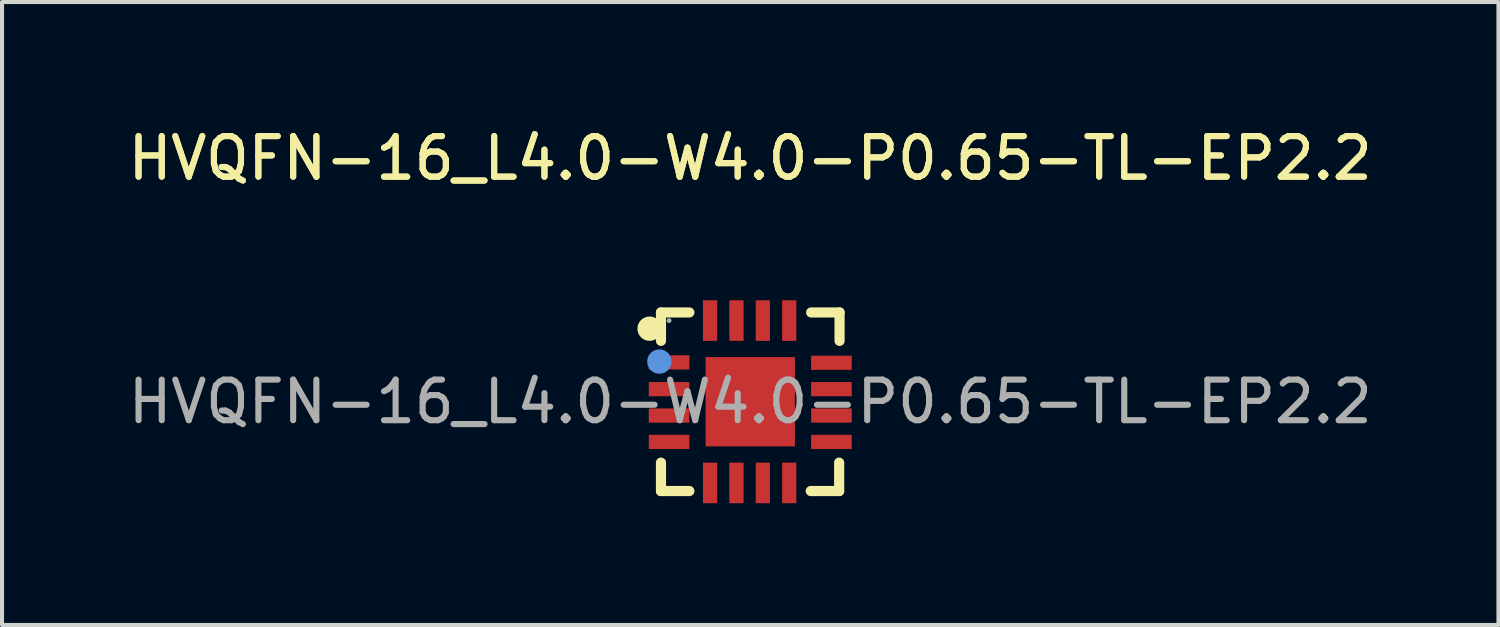
<source format=kicad_pcb>
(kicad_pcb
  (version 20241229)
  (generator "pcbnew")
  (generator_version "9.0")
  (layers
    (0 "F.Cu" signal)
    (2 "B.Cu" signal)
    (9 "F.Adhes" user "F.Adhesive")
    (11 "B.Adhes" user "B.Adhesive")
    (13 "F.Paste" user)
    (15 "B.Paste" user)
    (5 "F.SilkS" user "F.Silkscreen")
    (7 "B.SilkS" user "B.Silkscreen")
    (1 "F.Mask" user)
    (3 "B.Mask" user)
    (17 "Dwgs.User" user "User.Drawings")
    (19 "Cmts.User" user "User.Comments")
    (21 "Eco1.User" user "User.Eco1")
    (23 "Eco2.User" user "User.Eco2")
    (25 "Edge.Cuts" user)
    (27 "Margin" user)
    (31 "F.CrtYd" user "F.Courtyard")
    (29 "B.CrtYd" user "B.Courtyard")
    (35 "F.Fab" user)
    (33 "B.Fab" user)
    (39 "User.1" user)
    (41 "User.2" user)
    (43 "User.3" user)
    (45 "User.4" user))
  (footprint "HVQFN-16_L4.0-W4.0-P0.65-TL-EP2.2"
    (layer "F.Cu")
    (at 15.435 6.848)
    (property "Reference" "HVQFN-16_L4.0-W4.0-P0.65-TL-EP2.2" (at 0 -6 0) (layer "F.SilkS") (effects (font (size 1 1) (thickness 0.15))))
    (attr smd)
    (fp_line (start -2.2 -2.2) (end -1.5 -2.2) (stroke (width 0.25) (type solid)) (layer "F.SilkS"))
    (fp_line (start -2.2 -1.5) (end -2.2 -2.2) (stroke (width 0.25) (type solid)) (layer "F.SilkS"))
    (fp_line (start -2.2 1.5) (end -2.2 2.2) (stroke (width 0.25) (type solid)) (layer "F.SilkS"))
    (fp_line (start -2.2 2.2) (end -1.5 2.2) (stroke (width 0.25) (type solid)) (layer "F.SilkS"))
    (fp_line (start 1.49 2.2) (end 2.19 2.2) (stroke (width 0.25) (type solid)) (layer "F.SilkS"))
    (fp_line (start 2.19 2.2) (end 2.19 1.5) (stroke (width 0.25) (type solid)) (layer "F.SilkS"))
    (fp_line (start 2.2 -2.2) (end 1.5 -2.2) (stroke (width 0.25) (type solid)) (layer "F.SilkS"))
    (fp_line (start 2.2 -1.5) (end 2.2 -2.2) (stroke (width 0.25) (type solid)) (layer "F.SilkS"))
    (fp_arc (start -2.48 -1.8) (mid -2.48 -1.8) (end -2.48 -1.8) (stroke (width 0.3) (type solid)) (layer "F.SilkS"))
    (fp_circle (center -2.24 -0.99) (end -2.09 -0.99) (stroke (width 0.3) (type solid)) (fill no) (layer "Cmts.User"))
    (fp_circle (center -2 -2) (end -1.97 -2) (stroke (width 0.06) (type solid)) (fill no) (layer "F.Fab"))
    (fp_text user "${REFERENCE}" (at 0 -6 0) (layer "F.SilkS") (effects (font (size 1 1) (thickness 0.15))))
    (fp_text user "${REFERENCE}" (at 0 0 0) (layer "F.Fab") (effects (font (size 1 1) (thickness 0.15))))
    (pad "1" smd rect (at -2 -0.97 270) (size 0.35 1) (layers "F.Cu" "F.Mask" "F.Paste"))
    (pad "2" smd rect (at -2 -0.31 270) (size 0.35 1) (layers "F.Cu" "F.Mask" "F.Paste"))
    (pad "3" smd rect (at -2 0.34 270) (size 0.35 1) (layers "F.Cu" "F.Mask" "F.Paste"))
    (pad "4" smd rect (at -2 0.99 270) (size 0.35 1) (layers "F.Cu" "F.Mask" "F.Paste"))
    (pad "5" smd rect (at -0.99 2) (size 0.35 1) (layers "F.Cu" "F.Mask" "F.Paste"))
    (pad "6" smd rect (at -0.34 2) (size 0.35 1) (layers "F.Cu" "F.Mask" "F.Paste"))
    (pad "7" smd rect (at 0.31 2) (size 0.35 1) (layers "F.Cu" "F.Mask" "F.Paste"))
    (pad "8" smd rect (at 0.96 2) (size 0.35 1) (layers "F.Cu" "F.Mask" "F.Paste"))
    (pad "9" smd rect (at 2 0.99 270) (size 0.35 1) (layers "F.Cu" "F.Mask" "F.Paste"))
    (pad "10" smd rect (at 2 0.34 270) (size 0.35 1) (layers "F.Cu" "F.Mask" "F.Paste"))
    (pad "11" smd rect (at 2 -0.31 270) (size 0.35 1) (layers "F.Cu" "F.Mask" "F.Paste"))
    (pad "12" smd rect (at 2 -0.96 270) (size 0.35 1) (layers "F.Cu" "F.Mask" "F.Paste"))
    (pad "13" smd rect (at 0.96 -2) (size 0.35 1) (layers "F.Cu" "F.Mask" "F.Paste"))
    (pad "14" smd rect (at 0.31 -2) (size 0.35 1) (layers "F.Cu" "F.Mask" "F.Paste"))
    (pad "15" smd rect (at -0.34 -2) (size 0.35 1) (layers "F.Cu" "F.Mask" "F.Paste"))
    (pad "16" smd rect (at -0.99 -2) (size 0.35 1) (layers "F.Cu" "F.Mask" "F.Paste"))
    (pad "17" smd rect (at 0 0) (size 2.2 2.2) (layers "F.Cu" "F.Mask" "F.Paste")))
  (gr_rect
    (start -3 -3)
    (end 33.869 12.348)
    (stroke (width 0.1) (type default))
    (fill no)
    (layer "Edge.Cuts")))
</source>
